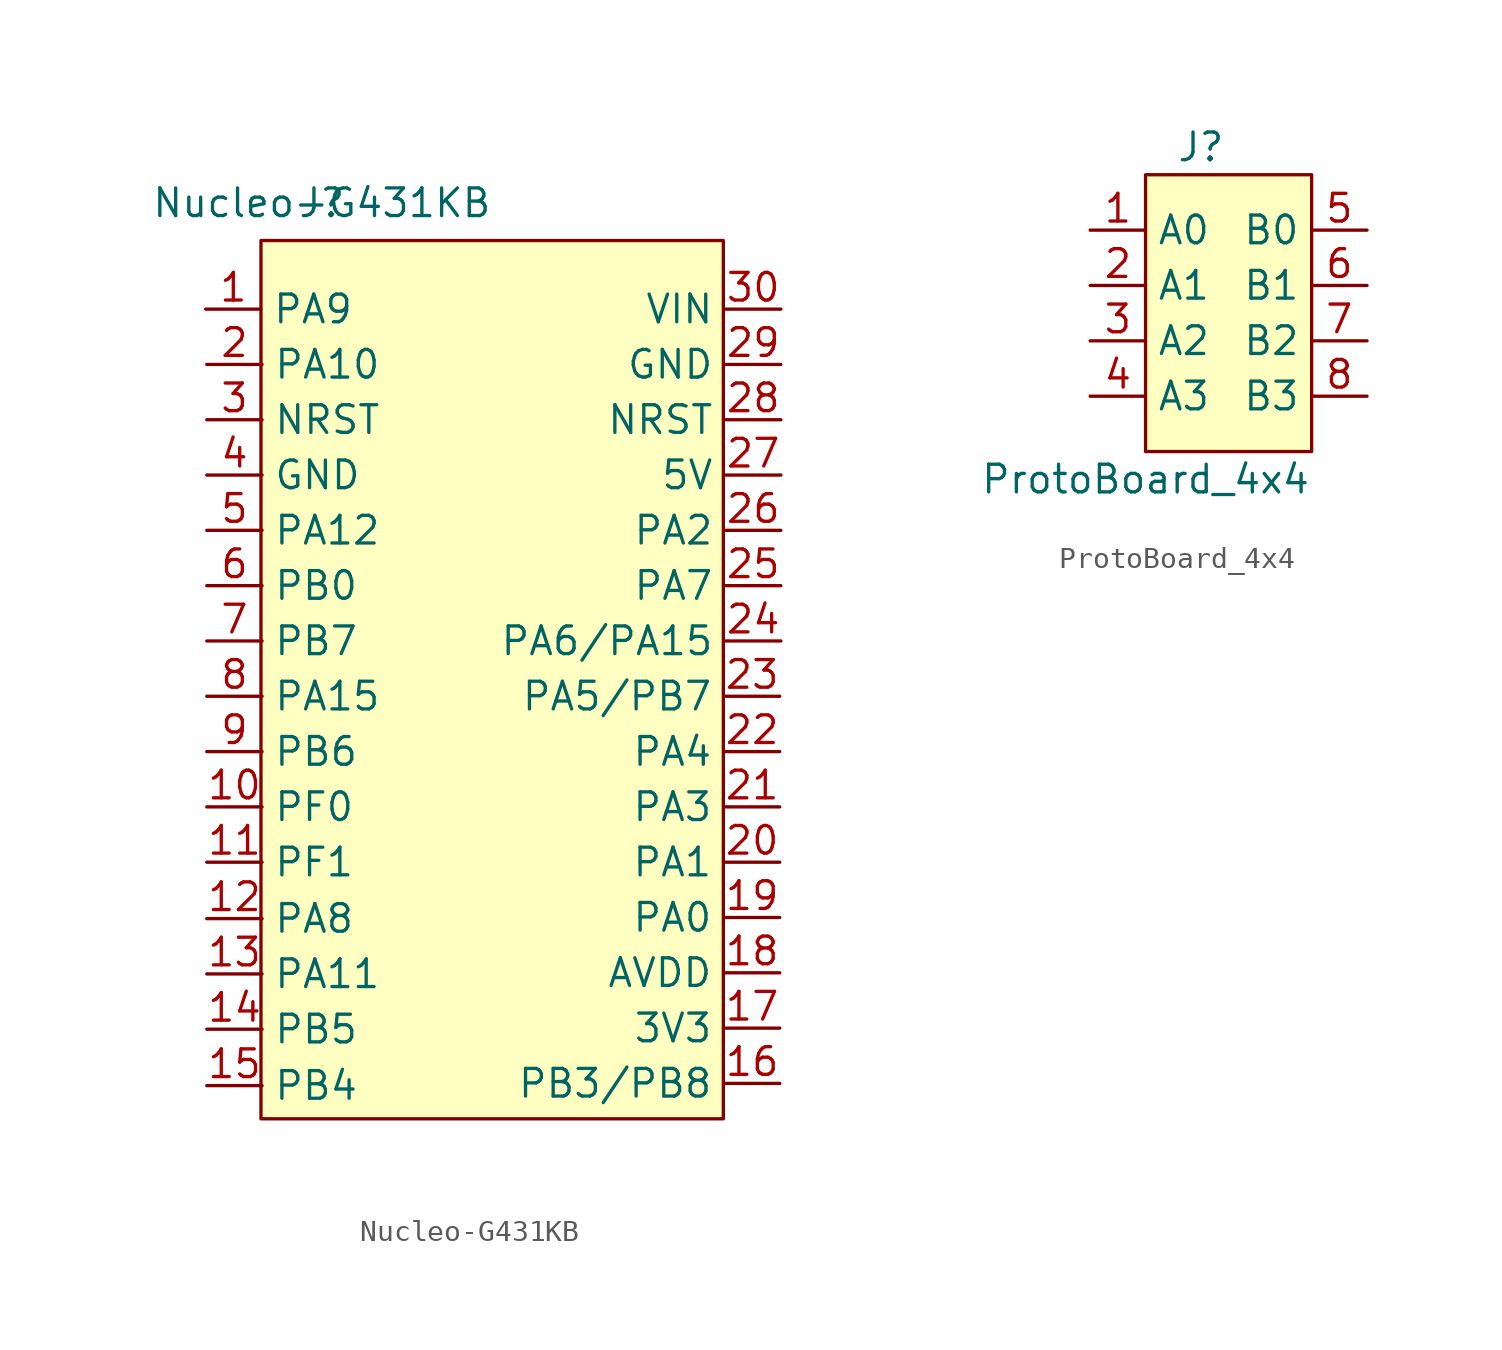
<source format=kicad_sym>
(kicad_symbol_lib
  (version 20231120)
  (generator "kicad_symbol_editor")
  (generator_version "8.0")
  (symbol "Nucleo-G431KB"
    (property "Reference" "J"
      (at 0 0 0)
      (effects (font (size 1.27 1.27))))
    (property "Value" "Nucleo-G431KB"
      (at 0 0 0)
      (effects (font (size 1.27 1.27))))
    (symbol "Nucleo-G431KB_1_1"
      (rectangle (start -2.794 -1.727) (end 18.44 -42.062) (stroke (width 0) (type default)) (fill (type background)))
      (pin input line (at -5.334 -4.877 0) (length 2.54) (name "PA9" (effects (font (size 1.27 1.27)))) (number "1" (effects (font (size 1.27 1.27)))))
      (pin input line (at -5.283 -27.737 0) (length 2.54) (name "PF0" (effects (font (size 1.27 1.27)))) (number "10" (effects (font (size 1.27 1.27)))))
      (pin input line (at -5.283 -30.277 0) (length 2.54) (name "PF1" (effects (font (size 1.27 1.27)))) (number "11" (effects (font (size 1.27 1.27)))))
      (pin input line (at -5.283 -32.868 0) (length 2.54) (name "PA8" (effects (font (size 1.27 1.27)))) (number "12" (effects (font (size 1.27 1.27)))))
      (pin input line (at -5.283 -35.408 0) (length 2.54) (name "PA11" (effects (font (size 1.27 1.27)))) (number "13" (effects (font (size 1.27 1.27)))))
      (pin input line (at -5.283 -37.948 0) (length 2.54) (name "PB5" (effects (font (size 1.27 1.27)))) (number "14" (effects (font (size 1.27 1.27)))))
      (pin input line (at -5.283 -40.538 0) (length 2.54) (name "PB4" (effects (font (size 1.27 1.27)))) (number "15" (effects (font (size 1.27 1.27)))))
      (pin input line (at 21.031 -40.437 180) (length 2.54) (name "PB3/PB8" (effects (font (size 1.27 1.27)))) (number "16" (effects (font (size 1.27 1.27)))))
      (pin input line (at 21.031 -37.897 180) (length 2.54) (name "3V3" (effects (font (size 1.27 1.27)))) (number "17" (effects (font (size 1.27 1.27)))))
      (pin input line (at 21.031 -35.357 180) (length 2.54) (name "AVDD" (effects (font (size 1.27 1.27)))) (number "18" (effects (font (size 1.27 1.27)))))
      (pin input line (at 21.031 -32.817 180) (length 2.54) (name "PA0" (effects (font (size 1.27 1.27)))) (number "19" (effects (font (size 1.27 1.27)))))
      (pin input line (at -5.283 -7.417 0) (length 2.54) (name "PA10" (effects (font (size 1.27 1.27)))) (number "2" (effects (font (size 1.27 1.27)))))
      (pin input line (at 21.031 -30.277 180) (length 2.54) (name "PA1" (effects (font (size 1.27 1.27)))) (number "20" (effects (font (size 1.27 1.27)))))
      (pin input line (at 21.031 -27.737 180) (length 2.54) (name "PA3" (effects (font (size 1.27 1.27)))) (number "21" (effects (font (size 1.27 1.27)))))
      (pin input line (at 21.031 -25.197 180) (length 2.54) (name "PA4" (effects (font (size 1.27 1.27)))) (number "22" (effects (font (size 1.27 1.27)))))
      (pin input line (at 21.031 -22.657 180) (length 2.54) (name "PA5/PB7" (effects (font (size 1.27 1.27)))) (number "23" (effects (font (size 1.27 1.27)))))
      (pin input line (at 21.082 -20.117 180) (length 2.54) (name "PA6/PA15" (effects (font (size 1.27 1.27)))) (number "24" (effects (font (size 1.27 1.27)))))
      (pin input line (at 21.082 -17.577 180) (length 2.54) (name "PA7" (effects (font (size 1.27 1.27)))) (number "25" (effects (font (size 1.27 1.27)))))
      (pin input line (at 21.082 -15.037 180) (length 2.54) (name "PA2" (effects (font (size 1.27 1.27)))) (number "26" (effects (font (size 1.27 1.27)))))
      (pin input line (at 21.082 -12.497 180) (length 2.54) (name "5V" (effects (font (size 1.27 1.27)))) (number "27" (effects (font (size 1.27 1.27)))))
      (pin input line (at 21.082 -9.957 180) (length 2.54) (name "NRST" (effects (font (size 1.27 1.27)))) (number "28" (effects (font (size 1.27 1.27)))))
      (pin input line (at 21.082 -7.417 180) (length 2.54) (name "GND" (effects (font (size 1.27 1.27)))) (number "29" (effects (font (size 1.27 1.27)))))
      (pin input line (at -5.283 -9.957 0) (length 2.54) (name "NRST" (effects (font (size 1.27 1.27)))) (number "3" (effects (font (size 1.27 1.27)))))
      (pin input line (at 21.082 -4.877 180) (length 2.54) (name "VIN" (effects (font (size 1.27 1.27)))) (number "30" (effects (font (size 1.27 1.27)))))
      (pin input line (at -5.283 -12.497 0) (length 2.54) (name "GND" (effects (font (size 1.27 1.27)))) (number "4" (effects (font (size 1.27 1.27)))))
      (pin input line (at -5.283 -15.037 0) (length 2.54) (name "PA12" (effects (font (size 1.27 1.27)))) (number "5" (effects (font (size 1.27 1.27)))))
      (pin input line (at -5.283 -17.577 0) (length 2.54) (name "PB0" (effects (font (size 1.27 1.27)))) (number "6" (effects (font (size 1.27 1.27)))))
      (pin input line (at -5.283 -20.117 0) (length 2.54) (name "PB7" (effects (font (size 1.27 1.27)))) (number "7" (effects (font (size 1.27 1.27)))))
      (pin input line (at -5.283 -22.657 0) (length 2.54) (name "PA15" (effects (font (size 1.27 1.27)))) (number "8" (effects (font (size 1.27 1.27)))))
      (pin input line (at -5.283 -25.197 0) (length 2.54) (name "PB6" (effects (font (size 1.27 1.27)))) (number "9" (effects (font (size 1.27 1.27)))))))
  (symbol "ProtoBoard_4x4"
    (property "Reference" "J"
      (at 2.54 1.27 0)
      (effects (font (size 1.27 1.27))))
    (property "Value" "ProtoBoard_4x4"
      (at 0 -13.97 0)
      (effects (font (size 1.27 1.27))))
    (symbol "ProtoBoard_4x4_0_1"
      (rectangle (start 0 0) (end 7.62 -12.7) (stroke (width 0) (type default)) (fill (type background))))
    (symbol "ProtoBoard_4x4_1_1"
      (pin input line (at -2.54 -2.54 0) (length 2.54) (name "A0" (effects (font (size 1.27 1.27)))) (number "1" (effects (font (size 1.27 1.27)))))
      (pin input line (at -2.54 -5.08 0) (length 2.54) (name "A1" (effects (font (size 1.27 1.27)))) (number "2" (effects (font (size 1.27 1.27)))))
      (pin input line (at -2.54 -7.62 0) (length 2.54) (name "A2" (effects (font (size 1.27 1.27)))) (number "3" (effects (font (size 1.27 1.27)))))
      (pin input line (at -2.54 -10.16 0) (length 2.54) (name "A3" (effects (font (size 1.27 1.27)))) (number "4" (effects (font (size 1.27 1.27)))))
      (pin input line (at 10.16 -2.54 180) (length 2.54) (name "B0" (effects (font (size 1.27 1.27)))) (number "5" (effects (font (size 1.27 1.27)))))
      (pin input line (at 10.16 -5.08 180) (length 2.54) (name "B1" (effects (font (size 1.27 1.27)))) (number "6" (effects (font (size 1.27 1.27)))))
      (pin input line (at 10.16 -7.62 180) (length 2.54) (name "B2" (effects (font (size 1.27 1.27)))) (number "7" (effects (font (size 1.27 1.27)))))
      (pin input line (at 10.16 -10.16 180) (length 2.54) (name "B3" (effects (font (size 1.27 1.27)))) (number "8" (effects (font (size 1.27 1.27))))))))
</source>
